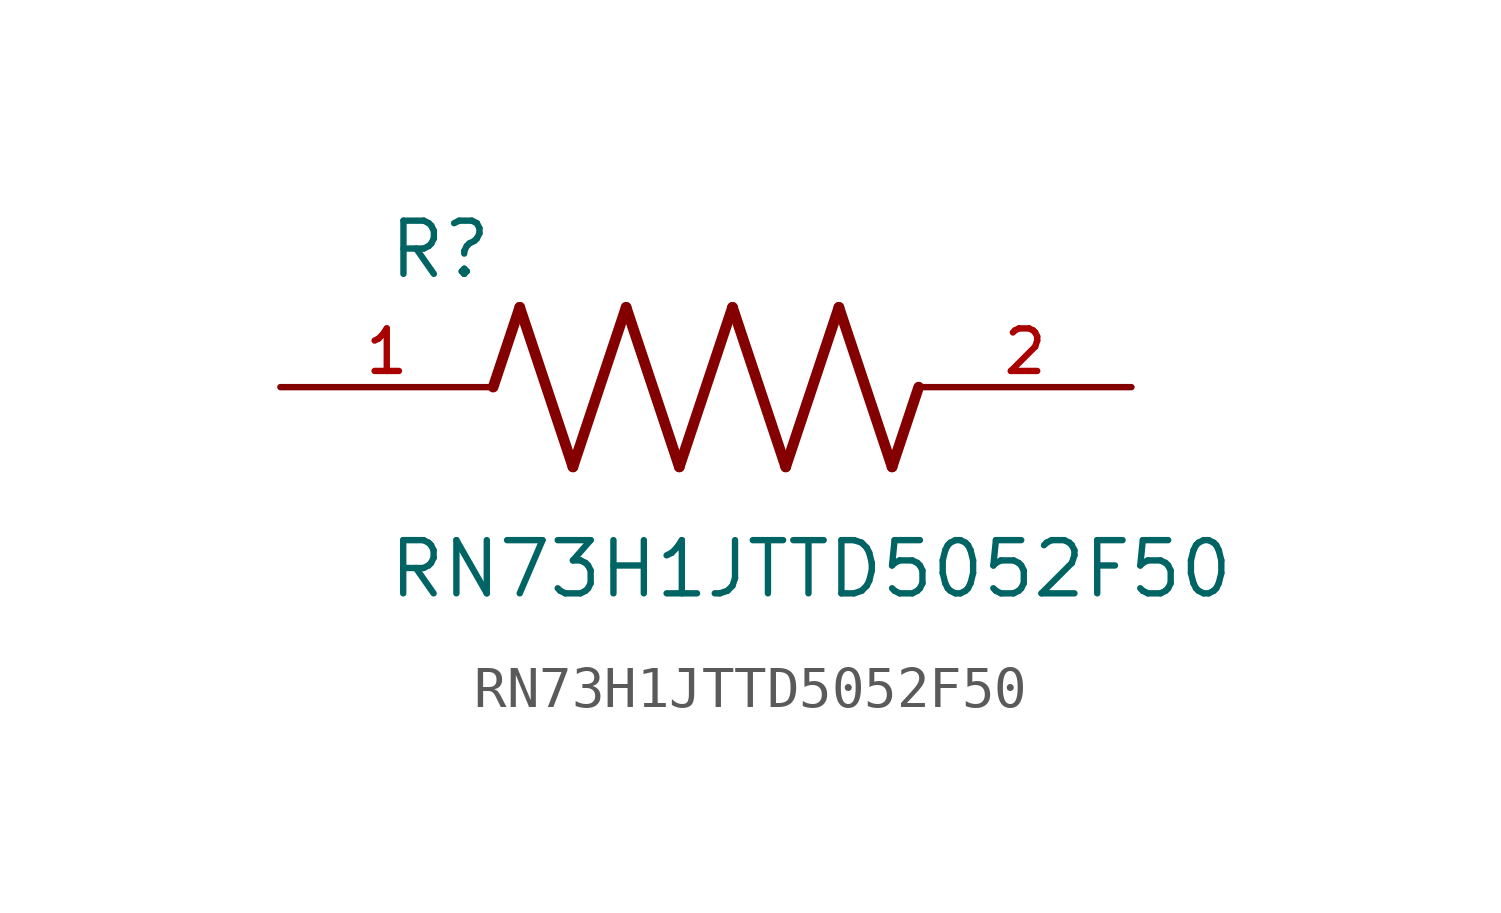
<source format=kicad_sym>
(kicad_symbol_lib
  (version 20211014)
  (generator kicad_symbol_editor)
  (symbol "RN73H1JTTD5052F50"
    (pin_names
      (offset 1.016))
    (property "Reference" "R"
      (at -7.624 2.541 0)
      (effects (font (size 1.27 1.27)) (justify bottom left)))
    (property "Value" "RN73H1JTTD5052F50"
      (at -7.63 -5.087 0)
      (effects (font (size 1.27 1.27)) (justify bottom left)))
    (symbol "RN73H1JTTD5052F50_0_0"
      (polyline (pts (xy -5.08 0.0) (xy -4.445 1.905)) (stroke (width 0.254)))
      (polyline (pts (xy -4.445 1.905) (xy -3.175 -1.905)) (stroke (width 0.254)))
      (polyline (pts (xy -3.175 -1.905) (xy -1.905 1.905)) (stroke (width 0.254)))
      (polyline (pts (xy -1.905 1.905) (xy -0.635 -1.905)) (stroke (width 0.254)))
      (polyline (pts (xy -0.635 -1.905) (xy 0.635 1.905)) (stroke (width 0.254)))
      (polyline (pts (xy 0.635 1.905) (xy 1.905 -1.905)) (stroke (width 0.254)))
      (polyline (pts (xy 1.905 -1.905) (xy 3.175 1.905)) (stroke (width 0.254)))
      (polyline (pts (xy 3.175 1.905) (xy 4.445 -1.905)) (stroke (width 0.254)))
      (polyline (pts (xy 4.445 -1.905) (xy 5.08 0.0)) (stroke (width 0.254)))
      (pin passive line (at -10.16 0.0 0) (length 5.08) (name "~" (effects (font (size 1.016 1.016)))) (number "1" (effects (font (size 1.016 1.016)))))
      (pin passive line (at 10.16 0.0 180.0) (length 5.08) (name "~" (effects (font (size 1.016 1.016)))) (number "2" (effects (font (size 1.016 1.016))))))))
</source>
